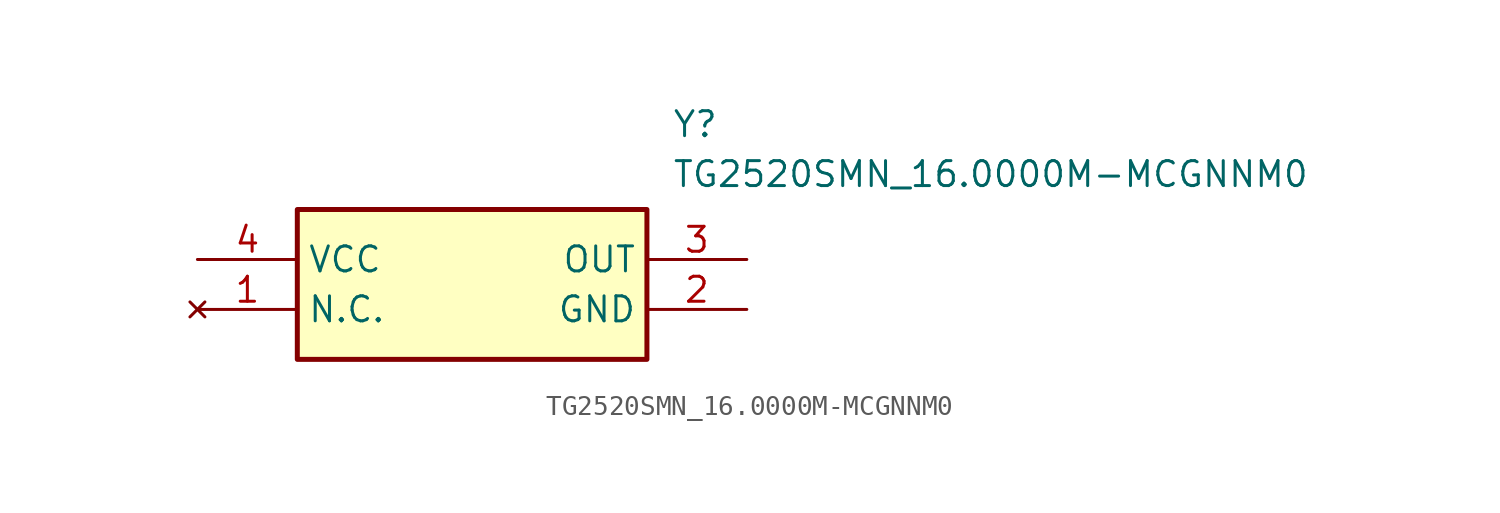
<source format=kicad_sym>
(kicad_symbol_lib
  (version 20211014)
  (generator SamacSys_ECAD_Model)
  (symbol "TG2520SMN_16.0000M-MCGNNM0"
    (property "Reference" "Y"
      (at 24.13 7.62 0)
      (effects (font (size 1.27 1.27)) (justify left top)))
    (property "Value" "TG2520SMN_16.0000M-MCGNNM0"
      (at 24.13 5.08 0)
      (effects (font (size 1.27 1.27)) (justify left top)))
    (rectangle
      (start 5.08 2.54)
      (end 22.86 -5.08)
      (stroke (width 0.254) (type default))
      (fill (type background)))
    (pin no_connect line
      (at 0 -2.54 0)
      (length 5.08)
      (name "N.C." (effects (font (size 1.27 1.27))))
      (number "1" (effects (font (size 1.27 1.27)))))
    (pin passive line
      (at 27.94 -2.54 180)
      (length 5.08)
      (name "GND" (effects (font (size 1.27 1.27))))
      (number "2" (effects (font (size 1.27 1.27)))))
    (pin passive line
      (at 27.94 0 180)
      (length 5.08)
      (name "OUT" (effects (font (size 1.27 1.27))))
      (number "3" (effects (font (size 1.27 1.27)))))
    (pin passive line
      (at 0 0 0)
      (length 5.08)
      (name "VCC" (effects (font (size 1.27 1.27))))
      (number "4" (effects (font (size 1.27 1.27)))))))
</source>
